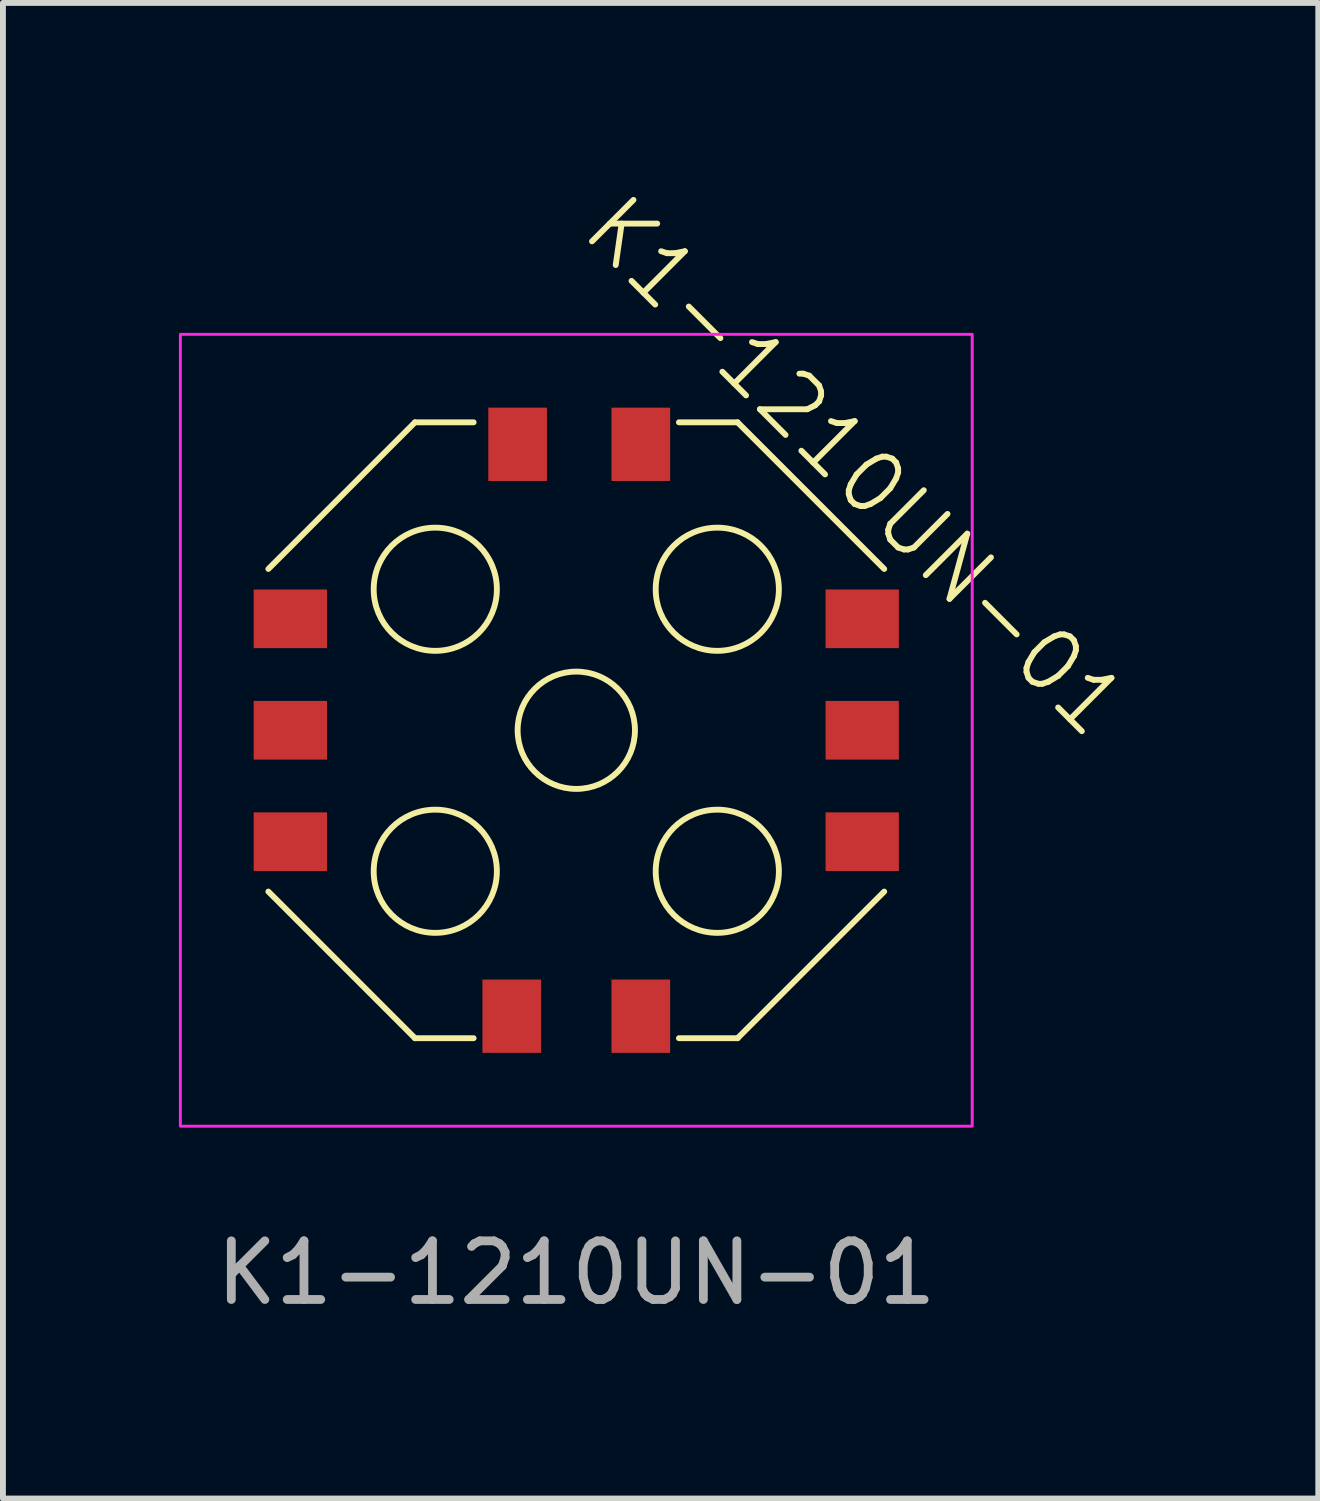
<source format=kicad_pcb>
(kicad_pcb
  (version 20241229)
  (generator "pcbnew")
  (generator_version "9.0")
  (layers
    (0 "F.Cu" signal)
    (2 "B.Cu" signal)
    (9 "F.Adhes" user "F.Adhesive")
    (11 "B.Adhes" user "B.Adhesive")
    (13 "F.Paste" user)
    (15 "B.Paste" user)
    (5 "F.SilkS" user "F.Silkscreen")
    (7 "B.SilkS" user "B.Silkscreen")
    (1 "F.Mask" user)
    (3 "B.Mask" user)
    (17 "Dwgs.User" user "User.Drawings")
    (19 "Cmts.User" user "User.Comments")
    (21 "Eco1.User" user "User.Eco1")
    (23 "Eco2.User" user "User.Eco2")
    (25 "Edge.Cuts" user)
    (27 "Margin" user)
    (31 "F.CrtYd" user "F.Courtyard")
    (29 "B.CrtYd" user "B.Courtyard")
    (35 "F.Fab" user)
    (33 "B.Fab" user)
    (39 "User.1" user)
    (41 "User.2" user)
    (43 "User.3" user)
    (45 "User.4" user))
  (footprint "K1-1210UN-01"
    (layer "F.Cu")
    (at 6.775 9.4)
    (property "Reference" "K1-1210UN-01" (at 4.75 -4.5 315) (unlocked yes) (layer "F.SilkS") (effects (font (size 1 1) (thickness 0.1))))
    (attr smd)
    (fp_line (start -5.25 2.75) (end -2.75 5.25) (stroke (width 0.1) (type default)) (layer "F.SilkS"))
    (fp_line (start -2.75 -5.25) (end -5.25 -2.75) (stroke (width 0.1) (type default)) (layer "F.SilkS"))
    (fp_line (start -2.75 5.25) (end -1.75 5.25) (stroke (width 0.1) (type default)) (layer "F.SilkS"))
    (fp_line (start -1.75 -5.25) (end -2.75 -5.25) (stroke (width 0.1) (type default)) (layer "F.SilkS"))
    (fp_line (start 1.75 -5.25) (end 2.75 -5.25) (stroke (width 0.1) (type default)) (layer "F.SilkS"))
    (fp_line (start 2.75 -5.25) (end 5.25 -2.75) (stroke (width 0.1) (type default)) (layer "F.SilkS"))
    (fp_line (start 2.75 5.25) (end 1.75 5.25) (stroke (width 0.1) (type default)) (layer "F.SilkS"))
    (fp_line (start 5.25 2.75) (end 2.75 5.25) (stroke (width 0.1) (type default)) (layer "F.SilkS"))
    (fp_circle (center -2.404 -2.404) (end -1.354 -2.404) (stroke (width 0.1) (type solid)) (fill no) (layer "F.SilkS"))
    (fp_circle (center -2.404 2.404) (end -1.354 2.404) (stroke (width 0.1) (type solid)) (fill no) (layer "F.SilkS"))
    (fp_circle (center 0 0) (end 0 -1) (stroke (width 0.1) (type default)) (fill no) (layer "F.SilkS"))
    (fp_circle (center 2.404 -2.404) (end 3.454 -2.404) (stroke (width 0.1) (type solid)) (fill no) (layer "F.SilkS"))
    (fp_circle (center 2.404 2.404) (end 3.454 2.404) (stroke (width 0.1) (type solid)) (fill no) (layer "F.SilkS"))
    (fp_rect (start -6.75 -6.75) (end 6.75 6.75) (stroke (width 0.05) (type default)) (fill no) (layer "F.CrtYd"))
    (fp_text user "${REFERENCE}" (at 0 9.25 0) (unlocked yes) (layer "F.Fab") (effects (font (size 1 1) (thickness 0.15))))
    (pad "1" smd rect (at 4.875 -1.9) (size 1.25 1) (layers "F.Cu" "F.Mask" "F.Paste"))
    (pad "2" smd rect (at 4.875 0) (size 1.25 1) (layers "F.Cu" "F.Mask" "F.Paste"))
    (pad "3" smd rect (at 4.875 1.9) (size 1.25 1) (layers "F.Cu" "F.Mask" "F.Paste"))
    (pad "4" smd rect (at 1.1 4.875 270) (size 1.25 1) (layers "F.Cu" "F.Mask" "F.Paste"))
    (pad "5" smd rect (at -1.1 4.875 270) (size 1.25 1) (layers "F.Cu" "F.Mask" "F.Paste"))
    (pad "6" smd rect (at -4.875 1.9) (size 1.25 1) (layers "F.Cu" "F.Mask" "F.Paste"))
    (pad "7" smd rect (at -4.875 0) (size 1.25 1) (layers "F.Cu" "F.Mask" "F.Paste"))
    (pad "8" smd rect (at -4.875 -1.9) (size 1.25 1) (layers "F.Cu" "F.Mask" "F.Paste"))
    (pad "9" smd rect (at -1 -4.875 270) (size 1.25 1) (layers "F.Cu" "F.Mask" "F.Paste"))
    (pad "10" smd rect (at 1.1 -4.875 270) (size 1.25 1) (layers "F.Cu" "F.Mask" "F.Paste")))
  (gr_rect
    (start -3 -3)
    (end 19.425 22.498)
    (stroke (width 0.1) (type default))
    (fill no)
    (layer "Edge.Cuts")))
</source>
